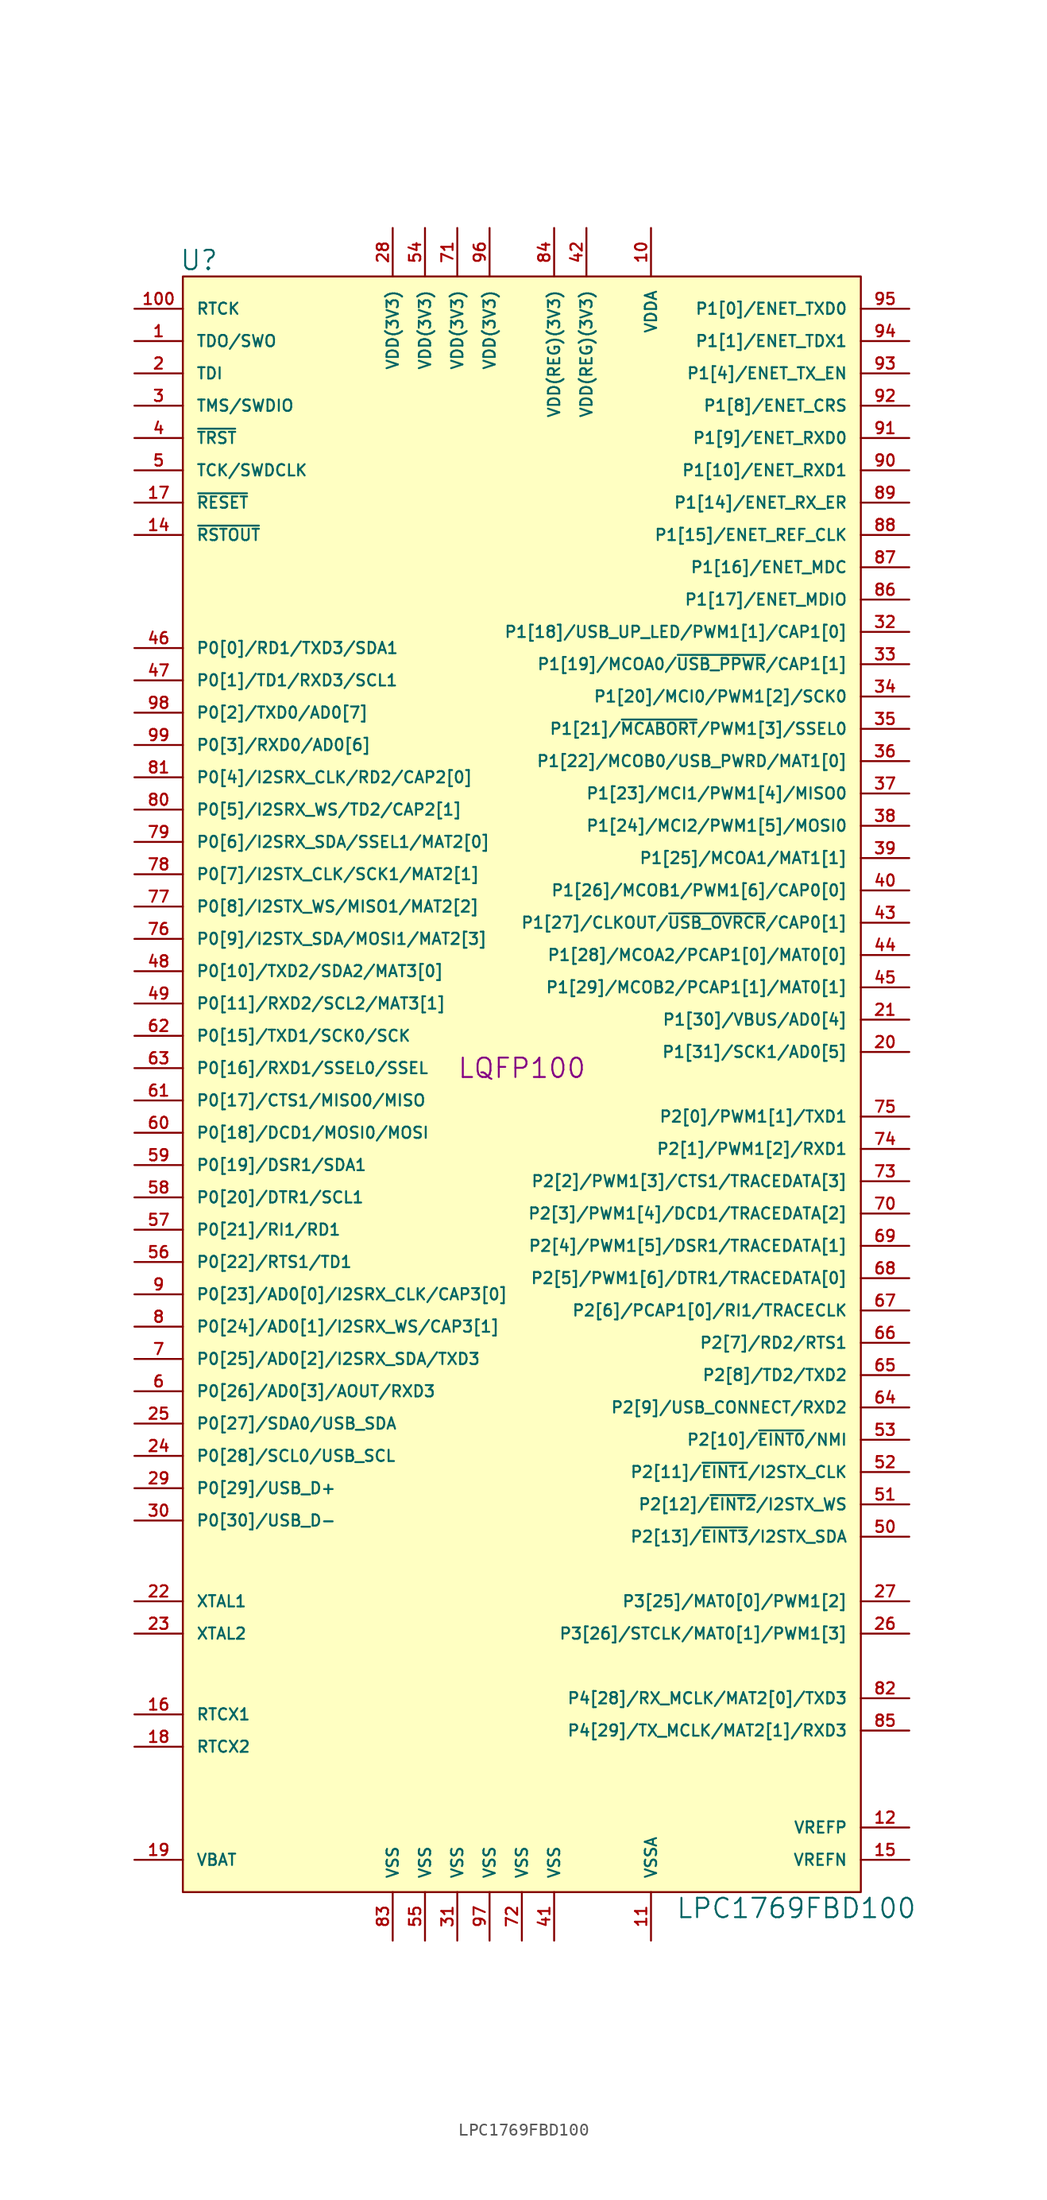
<source format=kicad_sym>
(kicad_symbol_lib
  (version 20220914)
  (generator kicad_symbol_editor)
  (symbol "LPC1769FBD100"
    (pin_names
      (offset 1.016))
    (property "Reference" "U"
      (at -25.4 63.5 0)
      (effects (font (size 1.524 1.524))))
    (property "Value" "LPC1769FBD100"
      (at 21.59 -66.04 0)
      (effects (font (size 1.524 1.524))))
    (property "Footprint" "LQFP100"
      (at 0 0 0)
      (effects (font (size 1.524 1.524))))
    (property "Datasheet" ""
      (at 0 0 0)
      (effects (font (size 1.524 1.524))))
    (symbol "LPC1769FBD100_0_1"
      (rectangle (start -26.67 62.23) (end 26.67 -64.77) (stroke (width 0) (type solid)) (fill (type background))))
    (symbol "LPC1769FBD100_1_1"
      (pin output line (at -30.48 57.15 0) (length 3.81) (name "TDO/SWO" (effects (font (size 0.889 0.889)))) (number "1" (effects (font (size 0.889 0.889)))))
      (pin input line (at 10.16 66.04 270) (length 3.81) (name "VDDA" (effects (font (size 0.889 0.889)))) (number "10" (effects (font (size 0.889 0.889)))))
      (pin output line (at -30.48 59.69 0) (length 3.81) (name "RTCK" (effects (font (size 0.889 0.889)))) (number "100" (effects (font (size 0.889 0.889)))))
      (pin power_in line (at 10.16 -68.58 90) (length 3.81) (name "VSSA" (effects (font (size 0.889 0.889)))) (number "11" (effects (font (size 0.889 0.889)))))
      (pin power_in line (at 30.48 -59.69 180) (length 3.81) (name "VREFP" (effects (font (size 0.889 0.889)))) (number "12" (effects (font (size 0.889 0.889)))))
      (pin output line (at -30.48 41.91 0) (length 3.81) (name "~{RSTOUT}" (effects (font (size 0.889 0.889)))) (number "14" (effects (font (size 0.889 0.889)))))
      (pin power_in line (at 30.48 -62.23 180) (length 3.81) (name "VREFN" (effects (font (size 0.889 0.889)))) (number "15" (effects (font (size 0.889 0.889)))))
      (pin input line (at -30.48 -50.8 0) (length 3.81) (name "RTCX1" (effects (font (size 0.889 0.889)))) (number "16" (effects (font (size 0.889 0.889)))))
      (pin input line (at -30.48 44.45 0) (length 3.81) (name "~{RESET}" (effects (font (size 0.889 0.889)))) (number "17" (effects (font (size 0.889 0.889)))))
      (pin output line (at -30.48 -53.34 0) (length 3.81) (name "RTCX2" (effects (font (size 0.889 0.889)))) (number "18" (effects (font (size 0.889 0.889)))))
      (pin input line (at -30.48 -62.23 0) (length 3.81) (name "VBAT" (effects (font (size 0.889 0.889)))) (number "19" (effects (font (size 0.889 0.889)))))
      (pin input line (at -30.48 54.61 0) (length 3.81) (name "TDI" (effects (font (size 0.889 0.889)))) (number "2" (effects (font (size 0.889 0.889)))))
      (pin bidirectional line (at 30.48 1.27 180) (length 3.81) (name "P1[31]/SCK1/AD0[5]" (effects (font (size 0.889 0.889)))) (number "20" (effects (font (size 0.889 0.889)))))
      (pin bidirectional line (at 30.48 3.81 180) (length 3.81) (name "P1[30]/VBUS/AD0[4]" (effects (font (size 0.889 0.889)))) (number "21" (effects (font (size 0.889 0.889)))))
      (pin input line (at -30.48 -41.91 0) (length 3.81) (name "XTAL1" (effects (font (size 0.889 0.889)))) (number "22" (effects (font (size 0.889 0.889)))))
      (pin input line (at -30.48 -44.45 0) (length 3.81) (name "XTAL2" (effects (font (size 0.889 0.889)))) (number "23" (effects (font (size 0.889 0.889)))))
      (pin bidirectional line (at -30.48 -30.48 0) (length 3.81) (name "P0[28]/SCL0/USB_SCL" (effects (font (size 0.889 0.889)))) (number "24" (effects (font (size 0.889 0.889)))))
      (pin bidirectional line (at -30.48 -27.94 0) (length 3.81) (name "P0[27]/SDA0/USB_SDA" (effects (font (size 0.889 0.889)))) (number "25" (effects (font (size 0.889 0.889)))))
      (pin bidirectional line (at 30.48 -44.45 180) (length 3.81) (name "P3[26]/STCLK/MAT0[1]/PWM1[3]" (effects (font (size 0.889 0.889)))) (number "26" (effects (font (size 0.889 0.889)))))
      (pin bidirectional line (at 30.48 -41.91 180) (length 3.81) (name "P3[25]/MAT0[0]/PWM1[2]" (effects (font (size 0.889 0.889)))) (number "27" (effects (font (size 0.889 0.889)))))
      (pin power_in line (at -10.16 66.04 270) (length 3.81) (name "VDD(3V3)" (effects (font (size 0.889 0.889)))) (number "28" (effects (font (size 0.889 0.889)))))
      (pin bidirectional line (at -30.48 -33.02 0) (length 3.81) (name "P0[29]/USB_D+" (effects (font (size 0.889 0.889)))) (number "29" (effects (font (size 0.889 0.889)))))
      (pin bidirectional line (at -30.48 52.07 0) (length 3.81) (name "TMS/SWDIO" (effects (font (size 0.889 0.889)))) (number "3" (effects (font (size 0.889 0.889)))))
      (pin bidirectional line (at -30.48 -35.56 0) (length 3.81) (name "P0[30]/USB_D-" (effects (font (size 0.889 0.889)))) (number "30" (effects (font (size 0.889 0.889)))))
      (pin power_in line (at -5.08 -68.58 90) (length 3.81) (name "VSS" (effects (font (size 0.889 0.889)))) (number "31" (effects (font (size 0.889 0.889)))))
      (pin bidirectional line (at 30.48 34.29 180) (length 3.81) (name "P1[18]/USB_UP_LED/PWM1[1]/CAP1[0]" (effects (font (size 0.889 0.889)))) (number "32" (effects (font (size 0.889 0.889)))))
      (pin bidirectional line (at 30.48 31.75 180) (length 3.81) (name "P1[19]/MCOA0/~{USB_PPWR}/CAP1[1]" (effects (font (size 0.889 0.889)))) (number "33" (effects (font (size 0.889 0.889)))))
      (pin bidirectional line (at 30.48 29.21 180) (length 3.81) (name "P1[20]/MCI0/PWM1[2]/SCK0" (effects (font (size 0.889 0.889)))) (number "34" (effects (font (size 0.889 0.889)))))
      (pin bidirectional line (at 30.48 26.67 180) (length 3.81) (name "P1[21]/~{MCABORT}/PWM1[3]/SSEL0" (effects (font (size 0.889 0.889)))) (number "35" (effects (font (size 0.889 0.889)))))
      (pin bidirectional line (at 30.48 24.13 180) (length 3.81) (name "P1[22]/MCOB0/USB_PWRD/MAT1[0]" (effects (font (size 0.889 0.889)))) (number "36" (effects (font (size 0.889 0.889)))))
      (pin bidirectional line (at 30.48 21.59 180) (length 3.81) (name "P1[23]/MCI1/PWM1[4]/MISO0" (effects (font (size 0.889 0.889)))) (number "37" (effects (font (size 0.889 0.889)))))
      (pin bidirectional line (at 30.48 19.05 180) (length 3.81) (name "P1[24]/MCI2/PWM1[5]/MOSI0" (effects (font (size 0.889 0.889)))) (number "38" (effects (font (size 0.889 0.889)))))
      (pin bidirectional line (at 30.48 16.51 180) (length 3.81) (name "P1[25]/MCOA1/MAT1[1]" (effects (font (size 0.889 0.889)))) (number "39" (effects (font (size 0.889 0.889)))))
      (pin input line (at -30.48 49.53 0) (length 3.81) (name "~{TRST}" (effects (font (size 0.889 0.889)))) (number "4" (effects (font (size 0.889 0.889)))))
      (pin bidirectional line (at 30.48 13.97 180) (length 3.81) (name "P1[26]/MCOB1/PWM1[6]/CAP0[0]" (effects (font (size 0.889 0.889)))) (number "40" (effects (font (size 0.889 0.889)))))
      (pin power_in line (at 2.54 -68.58 90) (length 3.81) (name "VSS" (effects (font (size 0.889 0.889)))) (number "41" (effects (font (size 0.889 0.889)))))
      (pin power_in line (at 5.08 66.04 270) (length 3.81) (name "VDD(REG)(3V3)" (effects (font (size 0.889 0.889)))) (number "42" (effects (font (size 0.889 0.889)))))
      (pin bidirectional line (at 30.48 11.43 180) (length 3.81) (name "P1[27]/CLKOUT/~{USB_OVRCR}/CAP0[1]" (effects (font (size 0.889 0.889)))) (number "43" (effects (font (size 0.889 0.889)))))
      (pin bidirectional line (at 30.48 8.89 180) (length 3.81) (name "P1[28]/MCOA2/PCAP1[0]/MAT0[0]" (effects (font (size 0.889 0.889)))) (number "44" (effects (font (size 0.889 0.889)))))
      (pin bidirectional line (at 30.48 6.35 180) (length 3.81) (name "P1[29]/MCOB2/PCAP1[1]/MAT0[1]" (effects (font (size 0.889 0.889)))) (number "45" (effects (font (size 0.889 0.889)))))
      (pin bidirectional line (at -30.48 33.02 0) (length 3.81) (name "P0[0]/RD1/TXD3/SDA1" (effects (font (size 0.889 0.889)))) (number "46" (effects (font (size 0.889 0.889)))))
      (pin bidirectional line (at -30.48 30.48 0) (length 3.81) (name "P0[1]/TD1/RXD3/SCL1" (effects (font (size 0.889 0.889)))) (number "47" (effects (font (size 0.889 0.889)))))
      (pin bidirectional line (at -30.48 7.62 0) (length 3.81) (name "P0[10]/TXD2/SDA2/MAT3[0]" (effects (font (size 0.889 0.889)))) (number "48" (effects (font (size 0.889 0.889)))))
      (pin bidirectional line (at -30.48 5.08 0) (length 3.81) (name "P0[11]/RXD2/SCL2/MAT3[1]" (effects (font (size 0.889 0.889)))) (number "49" (effects (font (size 0.889 0.889)))))
      (pin input line (at -30.48 46.99 0) (length 3.81) (name "TCK/SWDCLK" (effects (font (size 0.889 0.889)))) (number "5" (effects (font (size 0.889 0.889)))))
      (pin bidirectional line (at 30.48 -36.83 180) (length 3.81) (name "P2[13]/~{EINT3}/I2STX_SDA" (effects (font (size 0.889 0.889)))) (number "50" (effects (font (size 0.889 0.889)))))
      (pin bidirectional line (at 30.48 -34.29 180) (length 3.81) (name "P2[12]/~{EINT2}/I2STX_WS" (effects (font (size 0.889 0.889)))) (number "51" (effects (font (size 0.889 0.889)))))
      (pin bidirectional line (at 30.48 -31.75 180) (length 3.81) (name "P2[11]/~{EINT1}/I2STX_CLK" (effects (font (size 0.889 0.889)))) (number "52" (effects (font (size 0.889 0.889)))))
      (pin bidirectional line (at 30.48 -29.21 180) (length 3.81) (name "P2[10]/~{EINT0}/NMI" (effects (font (size 0.889 0.889)))) (number "53" (effects (font (size 0.889 0.889)))))
      (pin power_in line (at -7.62 66.04 270) (length 3.81) (name "VDD(3V3)" (effects (font (size 0.889 0.889)))) (number "54" (effects (font (size 0.889 0.889)))))
      (pin power_in line (at -7.62 -68.58 90) (length 3.81) (name "VSS" (effects (font (size 0.889 0.889)))) (number "55" (effects (font (size 0.889 0.889)))))
      (pin bidirectional line (at -30.48 -15.24 0) (length 3.81) (name "P0[22]/RTS1/TD1" (effects (font (size 0.889 0.889)))) (number "56" (effects (font (size 0.889 0.889)))))
      (pin bidirectional line (at -30.48 -12.7 0) (length 3.81) (name "P0[21]/RI1/RD1" (effects (font (size 0.889 0.889)))) (number "57" (effects (font (size 0.889 0.889)))))
      (pin bidirectional line (at -30.48 -10.16 0) (length 3.81) (name "P0[20]/DTR1/SCL1" (effects (font (size 0.889 0.889)))) (number "58" (effects (font (size 0.889 0.889)))))
      (pin bidirectional line (at -30.48 -7.62 0) (length 3.81) (name "P0[19]/DSR1/SDA1" (effects (font (size 0.889 0.889)))) (number "59" (effects (font (size 0.889 0.889)))))
      (pin bidirectional line (at -30.48 -25.4 0) (length 3.81) (name "P0[26]/AD0[3]/AOUT/RXD3" (effects (font (size 0.889 0.889)))) (number "6" (effects (font (size 0.889 0.889)))))
      (pin bidirectional line (at -30.48 -5.08 0) (length 3.81) (name "P0[18]/DCD1/MOSI0/MOSI" (effects (font (size 0.889 0.889)))) (number "60" (effects (font (size 0.889 0.889)))))
      (pin bidirectional line (at -30.48 -2.54 0) (length 3.81) (name "P0[17]/CTS1/MISO0/MISO" (effects (font (size 0.889 0.889)))) (number "61" (effects (font (size 0.889 0.889)))))
      (pin bidirectional line (at -30.48 2.54 0) (length 3.81) (name "P0[15]/TXD1/SCK0/SCK" (effects (font (size 0.889 0.889)))) (number "62" (effects (font (size 0.889 0.889)))))
      (pin bidirectional line (at -30.48 0 0) (length 3.81) (name "P0[16]/RXD1/SSEL0/SSEL" (effects (font (size 0.889 0.889)))) (number "63" (effects (font (size 0.889 0.889)))))
      (pin bidirectional line (at 30.48 -26.67 180) (length 3.81) (name "P2[9]/USB_CONNECT/RXD2" (effects (font (size 0.889 0.889)))) (number "64" (effects (font (size 0.889 0.889)))))
      (pin bidirectional line (at 30.48 -24.13 180) (length 3.81) (name "P2[8]/TD2/TXD2" (effects (font (size 0.889 0.889)))) (number "65" (effects (font (size 0.889 0.889)))))
      (pin bidirectional line (at 30.48 -21.59 180) (length 3.81) (name "P2[7]/RD2/RTS1" (effects (font (size 0.889 0.889)))) (number "66" (effects (font (size 0.889 0.889)))))
      (pin bidirectional line (at 30.48 -19.05 180) (length 3.81) (name "P2[6]/PCAP1[0]/RI1/TRACECLK" (effects (font (size 0.889 0.889)))) (number "67" (effects (font (size 0.889 0.889)))))
      (pin bidirectional line (at 30.48 -16.51 180) (length 3.81) (name "P2[5]/PWM1[6]/DTR1/TRACEDATA[0]" (effects (font (size 0.889 0.889)))) (number "68" (effects (font (size 0.889 0.889)))))
      (pin bidirectional line (at 30.48 -13.97 180) (length 3.81) (name "P2[4]/PWM1[5]/DSR1/TRACEDATA[1]" (effects (font (size 0.889 0.889)))) (number "69" (effects (font (size 0.889 0.889)))))
      (pin bidirectional line (at -30.48 -22.86 0) (length 3.81) (name "P0[25]/AD0[2]/I2SRX_SDA/TXD3" (effects (font (size 0.889 0.889)))) (number "7" (effects (font (size 0.889 0.889)))))
      (pin bidirectional line (at 30.48 -11.43 180) (length 3.81) (name "P2[3]/PWM1[4]/DCD1/TRACEDATA[2]" (effects (font (size 0.889 0.889)))) (number "70" (effects (font (size 0.889 0.889)))))
      (pin power_in line (at -5.08 66.04 270) (length 3.81) (name "VDD(3V3)" (effects (font (size 0.889 0.889)))) (number "71" (effects (font (size 0.889 0.889)))))
      (pin power_in line (at 0 -68.58 90) (length 3.81) (name "VSS" (effects (font (size 0.889 0.889)))) (number "72" (effects (font (size 0.889 0.889)))))
      (pin bidirectional line (at 30.48 -8.89 180) (length 3.81) (name "P2[2]/PWM1[3]/CTS1/TRACEDATA[3]" (effects (font (size 0.889 0.889)))) (number "73" (effects (font (size 0.889 0.889)))))
      (pin bidirectional line (at 30.48 -6.35 180) (length 3.81) (name "P2[1]/PWM1[2]/RXD1" (effects (font (size 0.889 0.889)))) (number "74" (effects (font (size 0.889 0.889)))))
      (pin bidirectional line (at 30.48 -3.81 180) (length 3.81) (name "P2[0]/PWM1[1]/TXD1" (effects (font (size 0.889 0.889)))) (number "75" (effects (font (size 0.889 0.889)))))
      (pin bidirectional line (at -30.48 10.16 0) (length 3.81) (name "P0[9]/I2STX_SDA/MOSI1/MAT2[3]" (effects (font (size 0.889 0.889)))) (number "76" (effects (font (size 0.889 0.889)))))
      (pin bidirectional line (at -30.48 12.7 0) (length 3.81) (name "P0[8]/I2STX_WS/MISO1/MAT2[2]" (effects (font (size 0.889 0.889)))) (number "77" (effects (font (size 0.889 0.889)))))
      (pin bidirectional line (at -30.48 15.24 0) (length 3.81) (name "P0[7]/I2STX_CLK/SCK1/MAT2[1]" (effects (font (size 0.889 0.889)))) (number "78" (effects (font (size 0.889 0.889)))))
      (pin bidirectional line (at -30.48 17.78 0) (length 3.81) (name "P0[6]/I2SRX_SDA/SSEL1/MAT2[0]" (effects (font (size 0.889 0.889)))) (number "79" (effects (font (size 0.889 0.889)))))
      (pin bidirectional line (at -30.48 -20.32 0) (length 3.81) (name "P0[24]/AD0[1]/I2SRX_WS/CAP3[1]" (effects (font (size 0.889 0.889)))) (number "8" (effects (font (size 0.889 0.889)))))
      (pin bidirectional line (at -30.48 20.32 0) (length 3.81) (name "P0[5]/I2SRX_WS/TD2/CAP2[1]" (effects (font (size 0.889 0.889)))) (number "80" (effects (font (size 0.889 0.889)))))
      (pin bidirectional line (at -30.48 22.86 0) (length 3.81) (name "P0[4]/I2SRX_CLK/RD2/CAP2[0]" (effects (font (size 0.889 0.889)))) (number "81" (effects (font (size 0.889 0.889)))))
      (pin bidirectional line (at 30.48 -49.53 180) (length 3.81) (name "P4[28]/RX_MCLK/MAT2[0]/TXD3" (effects (font (size 0.889 0.889)))) (number "82" (effects (font (size 0.889 0.889)))))
      (pin power_in line (at -10.16 -68.58 90) (length 3.81) (name "VSS" (effects (font (size 0.889 0.889)))) (number "83" (effects (font (size 0.889 0.889)))))
      (pin power_in line (at 2.54 66.04 270) (length 3.81) (name "VDD(REG)(3V3)" (effects (font (size 0.889 0.889)))) (number "84" (effects (font (size 0.889 0.889)))))
      (pin bidirectional line (at 30.48 -52.07 180) (length 3.81) (name "P4[29]/TX_MCLK/MAT2[1]/RXD3" (effects (font (size 0.889 0.889)))) (number "85" (effects (font (size 0.889 0.889)))))
      (pin bidirectional line (at 30.48 36.83 180) (length 3.81) (name "P1[17]/ENET_MDIO" (effects (font (size 0.889 0.889)))) (number "86" (effects (font (size 0.889 0.889)))))
      (pin bidirectional line (at 30.48 39.37 180) (length 3.81) (name "P1[16]/ENET_MDC" (effects (font (size 0.889 0.889)))) (number "87" (effects (font (size 0.889 0.889)))))
      (pin bidirectional line (at 30.48 41.91 180) (length 3.81) (name "P1[15]/ENET_REF_CLK" (effects (font (size 0.889 0.889)))) (number "88" (effects (font (size 0.889 0.889)))))
      (pin bidirectional line (at 30.48 44.45 180) (length 3.81) (name "P1[14]/ENET_RX_ER" (effects (font (size 0.889 0.889)))) (number "89" (effects (font (size 0.889 0.889)))))
      (pin bidirectional line (at -30.48 -17.78 0) (length 3.81) (name "P0[23]/AD0[0]/I2SRX_CLK/CAP3[0]" (effects (font (size 0.889 0.889)))) (number "9" (effects (font (size 0.889 0.889)))))
      (pin bidirectional line (at 30.48 46.99 180) (length 3.81) (name "P1[10]/ENET_RXD1" (effects (font (size 0.889 0.889)))) (number "90" (effects (font (size 0.889 0.889)))))
      (pin bidirectional line (at 30.48 49.53 180) (length 3.81) (name "P1[9]/ENET_RXD0" (effects (font (size 0.889 0.889)))) (number "91" (effects (font (size 0.889 0.889)))))
      (pin bidirectional line (at 30.48 52.07 180) (length 3.81) (name "P1[8]/ENET_CRS" (effects (font (size 0.889 0.889)))) (number "92" (effects (font (size 0.889 0.889)))))
      (pin bidirectional line (at 30.48 54.61 180) (length 3.81) (name "P1[4]/ENET_TX_EN" (effects (font (size 0.889 0.889)))) (number "93" (effects (font (size 0.889 0.889)))))
      (pin bidirectional line (at 30.48 57.15 180) (length 3.81) (name "P1[1]/ENET_TDX1" (effects (font (size 0.889 0.889)))) (number "94" (effects (font (size 0.889 0.889)))))
      (pin bidirectional line (at 30.48 59.69 180) (length 3.81) (name "P1[0]/ENET_TXD0" (effects (font (size 0.889 0.889)))) (number "95" (effects (font (size 0.889 0.889)))))
      (pin power_in line (at -2.54 66.04 270) (length 3.81) (name "VDD(3V3)" (effects (font (size 0.889 0.889)))) (number "96" (effects (font (size 0.889 0.889)))))
      (pin power_in line (at -2.54 -68.58 90) (length 3.81) (name "VSS" (effects (font (size 0.889 0.889)))) (number "97" (effects (font (size 0.889 0.889)))))
      (pin bidirectional line (at -30.48 27.94 0) (length 3.81) (name "P0[2]/TXD0/AD0[7]" (effects (font (size 0.889 0.889)))) (number "98" (effects (font (size 0.889 0.889)))))
      (pin bidirectional line (at -30.48 25.4 0) (length 3.81) (name "P0[3]/RXD0/AD0[6]" (effects (font (size 0.889 0.889)))) (number "99" (effects (font (size 0.889 0.889))))))))
</source>
